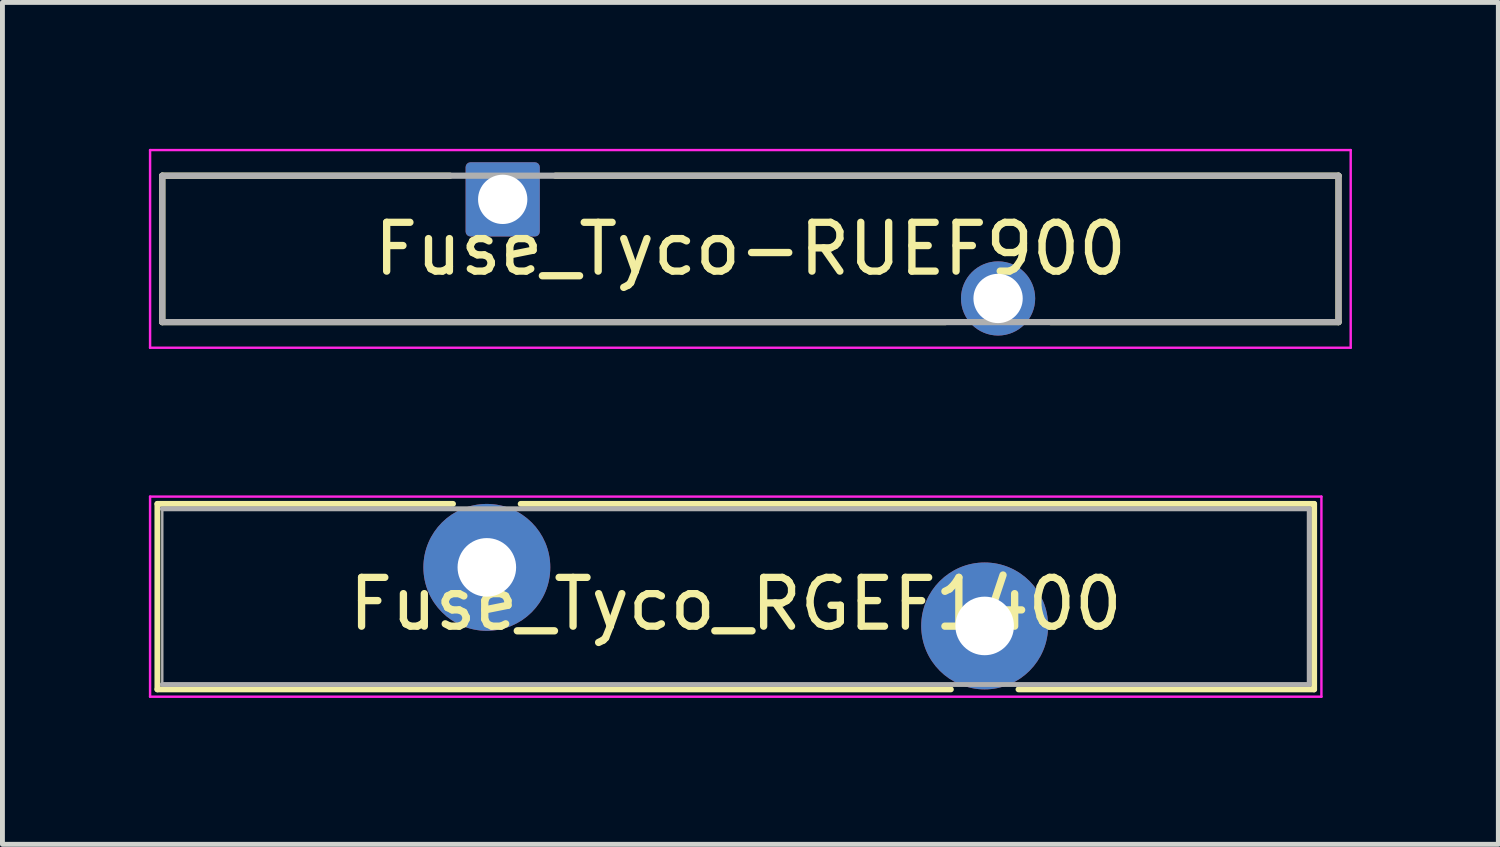
<source format=kicad_pcb>
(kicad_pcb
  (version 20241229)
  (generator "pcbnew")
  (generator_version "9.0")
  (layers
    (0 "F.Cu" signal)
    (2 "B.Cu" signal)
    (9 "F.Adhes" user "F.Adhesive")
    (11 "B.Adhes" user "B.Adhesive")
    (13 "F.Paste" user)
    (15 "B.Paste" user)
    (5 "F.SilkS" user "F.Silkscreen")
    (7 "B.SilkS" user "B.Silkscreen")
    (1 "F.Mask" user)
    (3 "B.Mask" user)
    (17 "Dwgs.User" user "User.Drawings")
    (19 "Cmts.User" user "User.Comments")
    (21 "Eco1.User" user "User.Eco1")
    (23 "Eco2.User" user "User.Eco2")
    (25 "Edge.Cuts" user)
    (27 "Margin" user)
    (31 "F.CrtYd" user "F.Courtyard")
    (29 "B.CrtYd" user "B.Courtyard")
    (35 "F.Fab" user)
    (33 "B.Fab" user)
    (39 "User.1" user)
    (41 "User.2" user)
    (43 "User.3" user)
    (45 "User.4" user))
  (footprint "Fuse_Tyco-RUEF900"
    (layer "F.Cu")
    (at 12.325 2.05)
    (property "Reference" "Fuse_Tyco-RUEF900" (at 0 0 0) (layer "F.SilkS") (effects (font (size 1 1) (thickness 0.15))))
    (attr through_hole)
    (fp_line (start -12.05 -1.5) (end -6.155 -1.5) (stroke (width 0.127) (type solid)) (layer "F.SilkS"))
    (fp_line (start -12.05 1.5) (end -12.05 -1.5) (stroke (width 0.127) (type solid)) (layer "F.SilkS"))
    (fp_line (start -3.995 -1.5) (end 12.05 -1.5) (stroke (width 0.127) (type solid)) (layer "F.SilkS"))
    (fp_line (start 3.995 1.5) (end -12.05 1.5) (stroke (width 0.127) (type solid)) (layer "F.SilkS"))
    (fp_line (start 12.05 -1.5) (end 12.05 1.5) (stroke (width 0.127) (type solid)) (layer "F.SilkS"))
    (fp_line (start 12.05 1.5) (end 6.155 1.5) (stroke (width 0.127) (type solid)) (layer "F.SilkS"))
    (fp_line (start -12.3 -2.025) (end -12.3 2.025) (stroke (width 0.05) (type solid)) (layer "F.CrtYd"))
    (fp_line (start -12.3 2.025) (end 12.3 2.025) (stroke (width 0.05) (type solid)) (layer "F.CrtYd"))
    (fp_line (start 12.3 -2.025) (end -12.3 -2.025) (stroke (width 0.05) (type solid)) (layer "F.CrtYd"))
    (fp_line (start 12.3 2.025) (end 12.3 -2.025) (stroke (width 0.05) (type solid)) (layer "F.CrtYd"))
    (fp_line (start -12.05 -1.5) (end 12.05 -1.5) (stroke (width 0.127) (type solid)) (layer "F.Fab"))
    (fp_line (start -12.05 1.5) (end -12.05 -1.5) (stroke (width 0.127) (type solid)) (layer "F.Fab"))
    (fp_line (start 12.05 -1.5) (end 12.05 1.5) (stroke (width 0.127) (type solid)) (layer "F.Fab"))
    (fp_line (start 12.05 1.5) (end -12.05 1.5) (stroke (width 0.127) (type solid)) (layer "F.Fab"))
    (pad "1" thru_hole roundrect (at -5.075 -1.015) (size 1.52 1.52) (drill 1.01) (layers "*.Cu" "*.Mask") (roundrect_rratio 0.066))
    (pad "2" thru_hole circle (at 5.075 1.015) (size 1.52 1.52) (drill 1.01) (layers "*.Cu" "*.Mask")))
  (footprint "Fuse_Tyco_RGEF1400"
    (layer "F.Cu")
    (at 6.925 8.575)
    (property "Reference" "Fuse_Tyco_RGEF1400" (at 5.1 0.75 0) (layer "F.SilkS") (effects (font (size 1 1) (thickness 0.15))))
    (attr through_hole)
    (fp_line (start -6.75 -1.301) (end -6.75 2.5) (stroke (width 0.12) (type solid)) (layer "F.SilkS"))
    (fp_line (start -6.75 -1.301) (end -0.693 -1.301) (stroke (width 0.12) (type solid)) (layer "F.SilkS"))
    (fp_line (start -6.75 2.5) (end 9.508 2.5) (stroke (width 0.12) (type solid)) (layer "F.SilkS"))
    (fp_line (start 0.693 -1.301) (end 16.951 -1.301) (stroke (width 0.12) (type solid)) (layer "F.SilkS"))
    (fp_line (start 10.893 2.5) (end 16.951 2.5) (stroke (width 0.12) (type solid)) (layer "F.SilkS"))
    (fp_line (start 16.951 -1.301) (end 16.951 2.5) (stroke (width 0.12) (type solid)) (layer "F.SilkS"))
    (fp_line (start -6.9 -1.45) (end -6.9 2.65) (stroke (width 0.05) (type solid)) (layer "F.CrtYd"))
    (fp_line (start -6.9 2.65) (end 17.1 2.65) (stroke (width 0.05) (type solid)) (layer "F.CrtYd"))
    (fp_line (start 17.1 -1.45) (end -6.9 -1.45) (stroke (width 0.05) (type solid)) (layer "F.CrtYd"))
    (fp_line (start 17.1 2.65) (end 17.1 -1.45) (stroke (width 0.05) (type solid)) (layer "F.CrtYd"))
    (fp_line (start -6.65 -1.2) (end -6.65 2.4) (stroke (width 0.05) (type solid)) (layer "F.Fab"))
    (fp_line (start -6.65 2.4) (end 16.85 2.4) (stroke (width 0.1) (type solid)) (layer "F.Fab"))
    (fp_line (start 16.85 -1.2) (end -6.65 -1.2) (stroke (width 0.1) (type solid)) (layer "F.Fab"))
    (fp_line (start 16.85 2.4) (end 16.85 -1.2) (stroke (width 0.1) (type solid)) (layer "F.Fab"))
    (pad "1" thru_hole circle (at 0 0) (size 2.6 2.6) (drill 1.2) (layers "*.Cu" "*.Mask"))
    (pad "2" thru_hole circle (at 10.2 1.2) (size 2.6 2.6) (drill 1.2) (layers "*.Cu" "*.Mask")))
  (gr_rect
    (start -3 -3)
    (end 27.65 14.25)
    (stroke (width 0.1) (type default))
    (fill no)
    (layer "Edge.Cuts")))
</source>
